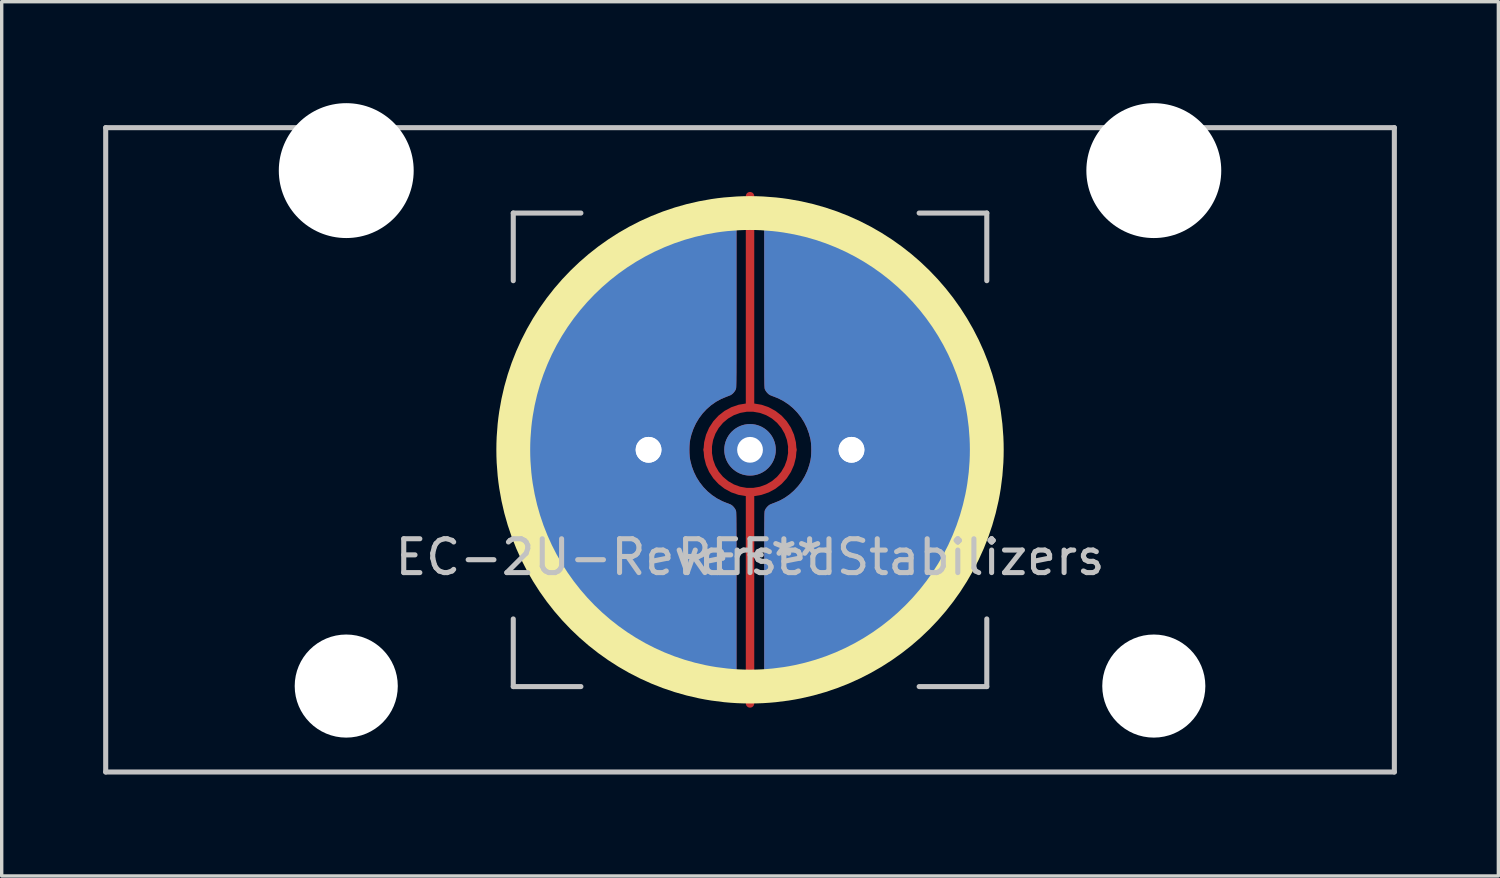
<source format=kicad_pcb>
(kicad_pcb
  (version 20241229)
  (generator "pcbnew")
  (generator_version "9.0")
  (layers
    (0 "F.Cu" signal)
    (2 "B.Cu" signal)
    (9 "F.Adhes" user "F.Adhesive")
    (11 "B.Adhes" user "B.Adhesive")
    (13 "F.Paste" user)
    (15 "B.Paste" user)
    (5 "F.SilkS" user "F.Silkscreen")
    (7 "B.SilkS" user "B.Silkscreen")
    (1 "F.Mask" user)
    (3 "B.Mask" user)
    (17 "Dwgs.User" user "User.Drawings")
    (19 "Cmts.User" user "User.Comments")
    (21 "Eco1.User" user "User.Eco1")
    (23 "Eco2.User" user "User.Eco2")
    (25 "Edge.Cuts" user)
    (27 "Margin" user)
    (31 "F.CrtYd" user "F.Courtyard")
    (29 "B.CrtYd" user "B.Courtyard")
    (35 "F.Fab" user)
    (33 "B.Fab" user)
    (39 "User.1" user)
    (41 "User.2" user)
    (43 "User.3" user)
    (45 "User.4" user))
  (footprint "EC-2U-ReversedStabilizers"
    (layer "F.Cu")
    (at 19.125 10.249)
    (property "Reference" "EC-2U-ReversedStabilizers" (at 0 3.175 0) (layer "Dwgs.User") (effects (font (size 1 1) (thickness 0.15))))
    (attr through_hole)
    (fp_circle (center 0 0) (end 7 0) (stroke (width 1) (type solid)) (fill no) (layer "F.SilkS"))
    (fp_line (start -19.05 -9.525) (end 19.05 -9.525) (stroke (width 0.15) (type solid)) (layer "Dwgs.User"))
    (fp_line (start -19.05 9.525) (end -19.05 -9.525) (stroke (width 0.15) (type solid)) (layer "Dwgs.User"))
    (fp_line (start -19.05 9.525) (end 19.05 9.525) (stroke (width 0.15) (type solid)) (layer "Dwgs.User"))
    (fp_line (start -7 -7) (end -7 -5) (stroke (width 0.15) (type solid)) (layer "Dwgs.User"))
    (fp_line (start -7 5) (end -7 7) (stroke (width 0.15) (type solid)) (layer "Dwgs.User"))
    (fp_line (start -7 7) (end -5 7) (stroke (width 0.15) (type solid)) (layer "Dwgs.User"))
    (fp_line (start -5 -7) (end -7 -7) (stroke (width 0.15) (type solid)) (layer "Dwgs.User"))
    (fp_line (start 5 -7) (end 7 -7) (stroke (width 0.15) (type solid)) (layer "Dwgs.User"))
    (fp_line (start 5 7) (end 7 7) (stroke (width 0.15) (type solid)) (layer "Dwgs.User"))
    (fp_line (start 7 -7) (end 7 -5) (stroke (width 0.15) (type solid)) (layer "Dwgs.User"))
    (fp_line (start 7 7) (end 7 5) (stroke (width 0.15) (type solid)) (layer "Dwgs.User"))
    (fp_line (start 19.05 -9.525) (end 19.05 9.525) (stroke (width 0.15) (type solid)) (layer "Dwgs.User"))
    (fp_text user "REF**" (at 0 3.175 0) (layer "Dwgs.User") (effects (font (size 1 1) (thickness 0.15))))
    (pad "" np_thru_hole circle (at -11.938 -8.255) (size 3.988 3.988) (drill 3.988) (layers "*.Cu" "*.Mask"))
    (pad "" np_thru_hole circle (at -11.938 6.985) (size 3.048 3.048) (drill 3.048) (layers "*.Cu" "*.Mask"))
    (pad "" thru_hole circle (at 0 0) (size 1.524 1.524) (drill 0.762) (layers "*.Cu" "B.Mask"))
    (pad "" np_thru_hole circle (at 11.938 -8.255) (size 3.988 3.988) (drill 3.988) (layers "*.Cu" "*.Mask"))
    (pad "" np_thru_hole circle (at 11.938 6.985) (size 3.048 3.048) (drill 3.048) (layers "*.Cu" "*.Mask"))
    (pad "1" thru_hole circle (at 3 0) (size 1.524 1.524) (drill 0.762) (layers "*.Cu" "B.Mask"))
    (pad "1" thru_hole custom (at 3 0) (size 1.524 1.524) (drill 0.762) (layers "F.Cu") (options (anchor circle)) (primitives (gr_poly (pts (xy -2.241 -7.099) (xy -2.176 -7.096) (xy -2.094 -7.089) (xy -2 -7.079) (xy -1.895 -7.065) (xy -1.782 -7.048) (xy -1.666 -7.029) (xy -1.548 -7.008) (xy -1.432 -6.986) (xy -1.322 -6.963) (xy -1.28 -6.954) (xy -0.92 -6.863) (xy -0.564 -6.752) (xy -0.215 -6.623) (xy 0.128 -6.476) (xy 0.463 -6.311) (xy 0.789 -6.128) (xy 1.105 -5.929) (xy 1.411 -5.714) (xy 1.672 -5.51) (xy 1.875 -5.335) (xy 2.079 -5.146) (xy 2.279 -4.947) (xy 2.47 -4.741) (xy 2.649 -4.534) (xy 2.719 -4.449) (xy 2.944 -4.151) (xy 3.153 -3.842) (xy 3.345 -3.522) (xy 3.521 -3.193) (xy 3.679 -2.855) (xy 3.82 -2.51) (xy 3.942 -2.157) (xy 4.046 -1.8) (xy 4.13 -1.437) (xy 4.148 -1.346) (xy 4.21 -0.973) (xy 4.251 -0.599) (xy 4.273 -0.225) (xy 4.275 0.149) (xy 4.257 0.523) (xy 4.22 0.895) (xy 4.163 1.264) (xy 4.087 1.631) (xy 3.992 1.993) (xy 3.877 2.351) (xy 3.758 2.668) (xy 3.608 3.015) (xy 3.44 3.352) (xy 3.254 3.679) (xy 3.051 3.997) (xy 2.83 4.305) (xy 2.593 4.602) (xy 2.514 4.694) (xy 2.461 4.753) (xy 2.397 4.822) (xy 2.324 4.899) (xy 2.246 4.979) (xy 2.166 5.059) (xy 2.087 5.137) (xy 2.013 5.209) (xy 1.946 5.272) (xy 1.917 5.298) (xy 1.631 5.543) (xy 1.334 5.771) (xy 1.026 5.982) (xy 0.707 6.177) (xy 0.379 6.354) (xy 0.042 6.515) (xy -0.302 6.657) (xy -0.654 6.781) (xy -1.013 6.887) (xy -1.377 6.975) (xy -1.747 7.043) (xy -1.971 7.074) (xy -2.07 7.086) (xy -2.151 7.094) (xy -2.216 7.099) (xy -2.267 7.101) (xy -2.305 7.099) (xy -2.329 7.095) (xy -2.403 7.067) (xy -2.468 7.021) (xy -2.522 6.962) (xy -2.555 6.907) (xy -2.581 6.85) (xy -2.581 4.348) (xy -2.581 4.084) (xy -2.581 3.838) (xy -2.581 3.612) (xy -2.581 3.403) (xy -2.581 3.211) (xy -2.581 3.035) (xy -2.581 2.875) (xy -2.58 2.729) (xy -2.58 2.598) (xy -2.58 2.48) (xy -2.58 2.375) (xy -2.579 2.281) (xy -2.579 2.199) (xy -2.578 2.126) (xy -2.577 2.064) (xy -2.577 2.01) (xy -2.576 1.964) (xy -2.575 1.926) (xy -2.574 1.894) (xy -2.573 1.869) (xy -2.571 1.848) (xy -2.57 1.832) (xy -2.569 1.819) (xy -2.567 1.809) (xy -2.565 1.801) (xy -2.563 1.795) (xy -2.563 1.794) (xy -2.54 1.747) (xy -2.504 1.698) (xy -2.463 1.655) (xy -2.42 1.624) (xy -2.414 1.62) (xy -2.386 1.608) (xy -2.347 1.592) (xy -2.303 1.575) (xy -2.288 1.57) (xy -2.124 1.502) (xy -1.971 1.417) (xy -1.827 1.316) (xy -1.696 1.2) (xy -1.577 1.072) (xy -1.471 0.931) (xy -1.381 0.779) (xy -1.305 0.617) (xy -1.247 0.446) (xy -1.213 0.31) (xy -1.2 0.221) (xy -1.192 0.119) (xy -1.189 0.011) (xy -1.191 -0.098) (xy -1.198 -0.202) (xy -1.21 -0.293) (xy -1.213 -0.31) (xy -1.259 -0.486) (xy -1.321 -0.655) (xy -1.4 -0.815) (xy -1.494 -0.964) (xy -1.603 -1.102) (xy -1.725 -1.228) (xy -1.859 -1.34) (xy -2.005 -1.437) (xy -2.161 -1.519) (xy -2.288 -1.57) (xy -2.332 -1.586) (xy -2.374 -1.603) (xy -2.407 -1.617) (xy -2.414 -1.62) (xy -2.456 -1.649) (xy -2.498 -1.691) (xy -2.535 -1.739) (xy -2.56 -1.787) (xy -2.563 -1.794) (xy -2.565 -1.8) (xy -2.567 -1.808) (xy -2.568 -1.817) (xy -2.57 -1.829) (xy -2.571 -1.845) (xy -2.572 -1.865) (xy -2.574 -1.89) (xy -2.575 -1.921) (xy -2.576 -1.958) (xy -2.577 -2.002) (xy -2.577 -2.054) (xy -2.578 -2.116) (xy -2.579 -2.186) (xy -2.579 -2.267) (xy -2.579 -2.359) (xy -2.58 -2.462) (xy -2.58 -2.578) (xy -2.58 -2.707) (xy -2.581 -2.85) (xy -2.581 -3.008) (xy -2.581 -3.181) (xy -2.581 -3.37) (xy -2.581 -3.576) (xy -2.581 -3.8) (xy -2.581 -4.042) (xy -2.581 -4.304) (xy -2.581 -4.349) (xy -2.581 -6.851) (xy -2.548 -6.917) (xy -2.51 -6.98) (xy -2.463 -7.028) (xy -2.402 -7.067) (xy -2.386 -7.074) (xy -2.355 -7.088) (xy -2.327 -7.095) (xy -2.294 -7.099) (xy -2.249 -7.099) (xy -2.241 -7.099)) (width 0) (fill yes))))
    (pad "2" thru_hole circle (at -3 0) (size 1.524 1.524) (drill 0.762) (layers "*.Cu" "B.Mask"))
    (pad "2" thru_hole custom (at -3 0) (size 1.524 1.524) (drill 0.762) (layers "F.Cu") (options (anchor circle)) (primitives (gr_poly (pts (xy 2.26 7.099) (xy 2.195 7.096) (xy 2.114 7.089) (xy 2.019 7.079) (xy 1.914 7.065) (xy 1.802 7.048) (xy 1.685 7.029) (xy 1.568 7.008) (xy 1.452 6.986) (xy 1.341 6.963) (xy 1.3 6.954) (xy 0.939 6.863) (xy 0.584 6.752) (xy 0.234 6.623) (xy -0.109 6.476) (xy -0.444 6.311) (xy -0.77 6.128) (xy -1.086 5.929) (xy -1.392 5.714) (xy -1.653 5.51) (xy -1.856 5.335) (xy -2.06 5.146) (xy -2.259 4.947) (xy -2.451 4.741) (xy -2.63 4.534) (xy -2.7 4.449) (xy -2.924 4.151) (xy -3.133 3.842) (xy -3.326 3.522) (xy -3.501 3.193) (xy -3.66 2.855) (xy -3.8 2.51) (xy -3.923 2.157) (xy -4.026 1.8) (xy -4.111 1.437) (xy -4.129 1.346) (xy -4.19 0.973) (xy -4.231 0.599) (xy -4.253 0.225) (xy -4.255 -0.149) (xy -4.237 -0.523) (xy -4.2 -0.895) (xy -4.144 -1.264) (xy -4.068 -1.631) (xy -3.973 -1.993) (xy -3.858 -2.351) (xy -3.739 -2.668) (xy -3.588 -3.015) (xy -3.42 -3.352) (xy -3.234 -3.679) (xy -3.031 -3.997) (xy -2.811 -4.305) (xy -2.573 -4.602) (xy -2.495 -4.694) (xy -2.442 -4.753) (xy -2.378 -4.822) (xy -2.305 -4.899) (xy -2.227 -4.979) (xy -2.147 -5.059) (xy -2.068 -5.137) (xy -1.994 -5.209) (xy -1.927 -5.272) (xy -1.898 -5.298) (xy -1.612 -5.543) (xy -1.314 -5.771) (xy -1.006 -5.982) (xy -0.688 -6.177) (xy -0.36 -6.354) (xy -0.023 -6.515) (xy 0.322 -6.657) (xy 0.674 -6.781) (xy 1.032 -6.887) (xy 1.397 -6.975) (xy 1.766 -7.043) (xy 1.99 -7.074) (xy 2.089 -7.086) (xy 2.171 -7.094) (xy 2.236 -7.099) (xy 2.287 -7.101) (xy 2.324 -7.099) (xy 2.348 -7.095) (xy 2.422 -7.067) (xy 2.488 -7.021) (xy 2.542 -6.962) (xy 2.574 -6.907) (xy 2.601 -6.85) (xy 2.601 -4.348) (xy 2.601 -4.084) (xy 2.601 -3.838) (xy 2.601 -3.612) (xy 2.6 -3.403) (xy 2.6 -3.211) (xy 2.6 -3.035) (xy 2.6 -2.875) (xy 2.6 -2.729) (xy 2.6 -2.598) (xy 2.599 -2.48) (xy 2.599 -2.375) (xy 2.599 -2.281) (xy 2.598 -2.199) (xy 2.597 -2.126) (xy 2.597 -2.064) (xy 2.596 -2.01) (xy 2.595 -1.964) (xy 2.594 -1.926) (xy 2.593 -1.894) (xy 2.592 -1.869) (xy 2.591 -1.848) (xy 2.589 -1.832) (xy 2.588 -1.819) (xy 2.586 -1.809) (xy 2.585 -1.801) (xy 2.583 -1.795) (xy 2.582 -1.794) (xy 2.559 -1.747) (xy 2.524 -1.698) (xy 2.482 -1.655) (xy 2.44 -1.624) (xy 2.434 -1.62) (xy 2.406 -1.608) (xy 2.366 -1.592) (xy 2.322 -1.575) (xy 2.307 -1.57) (xy 2.144 -1.502) (xy 1.99 -1.417) (xy 1.847 -1.316) (xy 1.715 -1.2) (xy 1.596 -1.072) (xy 1.491 -0.931) (xy 1.4 -0.779) (xy 1.325 -0.617) (xy 1.266 -0.446) (xy 1.233 -0.31) (xy 1.219 -0.221) (xy 1.211 -0.119) (xy 1.208 -0.011) (xy 1.21 0.098) (xy 1.217 0.202) (xy 1.23 0.293) (xy 1.233 0.31) (xy 1.278 0.486) (xy 1.341 0.655) (xy 1.419 0.815) (xy 1.514 0.964) (xy 1.622 1.102) (xy 1.744 1.228) (xy 1.879 1.34) (xy 2.024 1.437) (xy 2.181 1.519) (xy 2.307 1.57) (xy 2.352 1.586) (xy 2.394 1.603) (xy 2.426 1.617) (xy 2.434 1.62) (xy 2.476 1.649) (xy 2.518 1.691) (xy 2.554 1.739) (xy 2.58 1.787) (xy 2.582 1.794) (xy 2.584 1.8) (xy 2.586 1.808) (xy 2.588 1.817) (xy 2.589 1.829) (xy 2.591 1.845) (xy 2.592 1.865) (xy 2.593 1.89) (xy 2.594 1.921) (xy 2.595 1.958) (xy 2.596 2.002) (xy 2.597 2.054) (xy 2.597 2.116) (xy 2.598 2.186) (xy 2.598 2.267) (xy 2.599 2.359) (xy 2.599 2.462) (xy 2.6 2.578) (xy 2.6 2.707) (xy 2.6 2.85) (xy 2.6 3.008) (xy 2.6 3.181) (xy 2.6 3.37) (xy 2.601 3.576) (xy 2.601 3.8) (xy 2.601 4.042) (xy 2.601 4.304) (xy 2.601 4.349) (xy 2.601 6.851) (xy 2.568 6.917) (xy 2.53 6.98) (xy 2.483 7.028) (xy 2.422 7.067) (xy 2.406 7.074) (xy 2.375 7.088) (xy 2.346 7.095) (xy 2.313 7.099) (xy 2.268 7.099) (xy 2.26 7.099)) (width 0) (fill yes))))
    (pad "3" smd custom (at 0 -7.5) (size 0.25 0.25) (layers "F.Cu") (options (anchor circle)) (primitives (gr_line (start 0 6.25) (end 0 0) (width 0.25)) (gr_arc (start -1.25 7.5) (mid 0 6.25) (end 1.25 7.5) (width 0.25))))
    (pad "3" smd custom (at 0 7.5 180) (size 0.25 0.25) (layers "F.Cu") (options (anchor circle)) (primitives (gr_line (start 0 6.25) (end 0 0) (width 0.25)) (gr_arc (start -1.25 7.5) (mid 0 6.25) (end 1.25 7.5) (width 0.25)))))
  (gr_rect
    (start -3 -3)
    (end 41.25 22.849)
    (stroke (width 0.1) (type default))
    (fill no)
    (layer "Edge.Cuts")))
</source>
